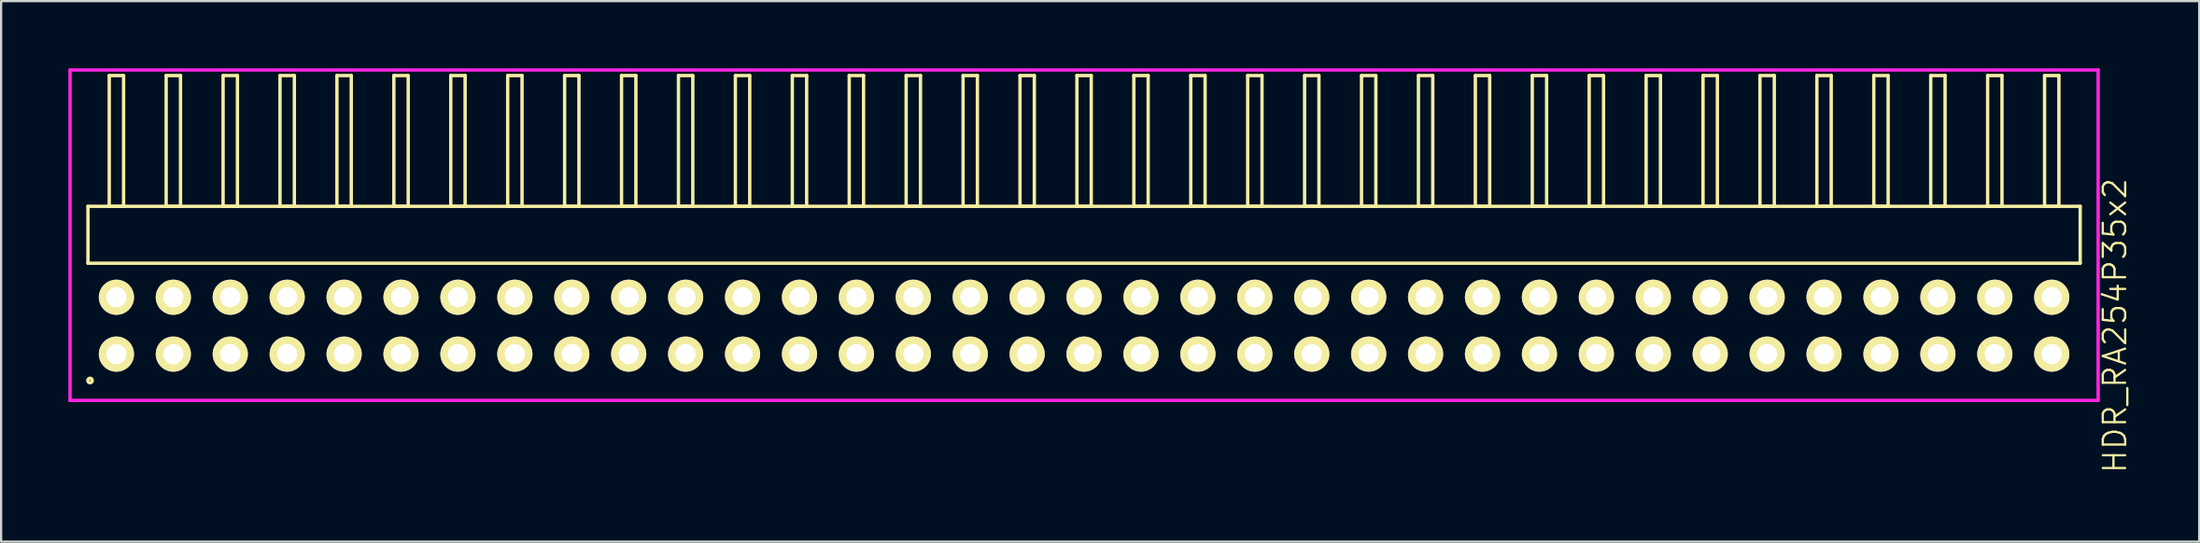
<source format=kicad_pcb>
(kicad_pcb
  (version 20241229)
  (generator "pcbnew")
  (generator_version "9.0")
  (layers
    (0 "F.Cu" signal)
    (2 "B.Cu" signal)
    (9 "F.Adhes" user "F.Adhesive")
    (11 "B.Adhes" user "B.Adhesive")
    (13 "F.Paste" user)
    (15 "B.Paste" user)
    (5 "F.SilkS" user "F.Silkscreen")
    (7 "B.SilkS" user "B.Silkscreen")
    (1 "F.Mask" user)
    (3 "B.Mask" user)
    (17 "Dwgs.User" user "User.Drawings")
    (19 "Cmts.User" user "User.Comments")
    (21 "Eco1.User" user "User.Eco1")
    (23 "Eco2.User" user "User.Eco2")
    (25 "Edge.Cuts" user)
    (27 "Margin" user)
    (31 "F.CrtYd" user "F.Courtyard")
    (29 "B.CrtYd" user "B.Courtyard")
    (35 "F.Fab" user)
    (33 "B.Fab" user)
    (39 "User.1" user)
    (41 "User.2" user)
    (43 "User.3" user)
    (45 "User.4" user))
  (footprint "HDR_RA254P35x2"
    (layer "F.Cu")
    (at 45.325 11.495)
    (property "Reference" "HDR_RA254P35x2" (at 46 0 90) (layer "F.SilkS") (effects (font (size 1 1) (thickness 0.1))))
    (attr through_hole)
    (fp_line (start -44.45 -5.33) (end -44.45 -2.79) (stroke (width 0.15) (type solid)) (layer "F.SilkS"))
    (fp_line (start -44.45 -2.79) (end 44.45 -2.79) (stroke (width 0.15) (type solid)) (layer "F.SilkS"))
    (fp_line (start -43.5 -11.17) (end -43.5 -5.33) (stroke (width 0.15) (type solid)) (layer "F.SilkS"))
    (fp_line (start -43.5 -5.33) (end -42.86 -5.33) (stroke (width 0.15) (type solid)) (layer "F.SilkS"))
    (fp_line (start -42.86 -11.17) (end -43.5 -11.17) (stroke (width 0.15) (type solid)) (layer "F.SilkS"))
    (fp_line (start -42.86 -5.33) (end -42.86 -11.17) (stroke (width 0.15) (type solid)) (layer "F.SilkS"))
    (fp_line (start -40.96 -11.17) (end -40.96 -5.33) (stroke (width 0.15) (type solid)) (layer "F.SilkS"))
    (fp_line (start -40.96 -5.33) (end -40.32 -5.33) (stroke (width 0.15) (type solid)) (layer "F.SilkS"))
    (fp_line (start -40.32 -11.17) (end -40.96 -11.17) (stroke (width 0.15) (type solid)) (layer "F.SilkS"))
    (fp_line (start -40.32 -5.33) (end -40.32 -11.17) (stroke (width 0.15) (type solid)) (layer "F.SilkS"))
    (fp_line (start -38.42 -11.17) (end -38.42 -5.33) (stroke (width 0.15) (type solid)) (layer "F.SilkS"))
    (fp_line (start -38.42 -5.33) (end -37.78 -5.33) (stroke (width 0.15) (type solid)) (layer "F.SilkS"))
    (fp_line (start -37.78 -11.17) (end -38.42 -11.17) (stroke (width 0.15) (type solid)) (layer "F.SilkS"))
    (fp_line (start -37.78 -5.33) (end -37.78 -11.17) (stroke (width 0.15) (type solid)) (layer "F.SilkS"))
    (fp_line (start -35.88 -11.17) (end -35.88 -5.33) (stroke (width 0.15) (type solid)) (layer "F.SilkS"))
    (fp_line (start -35.88 -5.33) (end -35.24 -5.33) (stroke (width 0.15) (type solid)) (layer "F.SilkS"))
    (fp_line (start -35.24 -11.17) (end -35.88 -11.17) (stroke (width 0.15) (type solid)) (layer "F.SilkS"))
    (fp_line (start -35.24 -5.33) (end -35.24 -11.17) (stroke (width 0.15) (type solid)) (layer "F.SilkS"))
    (fp_line (start -33.34 -11.17) (end -33.34 -5.33) (stroke (width 0.15) (type solid)) (layer "F.SilkS"))
    (fp_line (start -33.34 -5.33) (end -32.7 -5.33) (stroke (width 0.15) (type solid)) (layer "F.SilkS"))
    (fp_line (start -32.7 -11.17) (end -33.34 -11.17) (stroke (width 0.15) (type solid)) (layer "F.SilkS"))
    (fp_line (start -32.7 -5.33) (end -32.7 -11.17) (stroke (width 0.15) (type solid)) (layer "F.SilkS"))
    (fp_line (start -30.8 -11.17) (end -30.8 -5.33) (stroke (width 0.15) (type solid)) (layer "F.SilkS"))
    (fp_line (start -30.8 -5.33) (end -30.16 -5.33) (stroke (width 0.15) (type solid)) (layer "F.SilkS"))
    (fp_line (start -30.16 -11.17) (end -30.8 -11.17) (stroke (width 0.15) (type solid)) (layer "F.SilkS"))
    (fp_line (start -30.16 -5.33) (end -30.16 -11.17) (stroke (width 0.15) (type solid)) (layer "F.SilkS"))
    (fp_line (start -28.26 -11.17) (end -28.26 -5.33) (stroke (width 0.15) (type solid)) (layer "F.SilkS"))
    (fp_line (start -28.26 -5.33) (end -27.62 -5.33) (stroke (width 0.15) (type solid)) (layer "F.SilkS"))
    (fp_line (start -27.62 -11.17) (end -28.26 -11.17) (stroke (width 0.15) (type solid)) (layer "F.SilkS"))
    (fp_line (start -27.62 -5.33) (end -27.62 -11.17) (stroke (width 0.15) (type solid)) (layer "F.SilkS"))
    (fp_line (start -25.72 -11.17) (end -25.72 -5.33) (stroke (width 0.15) (type solid)) (layer "F.SilkS"))
    (fp_line (start -25.72 -5.33) (end -25.08 -5.33) (stroke (width 0.15) (type solid)) (layer "F.SilkS"))
    (fp_line (start -25.08 -11.17) (end -25.72 -11.17) (stroke (width 0.15) (type solid)) (layer "F.SilkS"))
    (fp_line (start -25.08 -5.33) (end -25.08 -11.17) (stroke (width 0.15) (type solid)) (layer "F.SilkS"))
    (fp_line (start -23.18 -11.17) (end -23.18 -5.33) (stroke (width 0.15) (type solid)) (layer "F.SilkS"))
    (fp_line (start -23.18 -5.33) (end -22.54 -5.33) (stroke (width 0.15) (type solid)) (layer "F.SilkS"))
    (fp_line (start -22.54 -11.17) (end -23.18 -11.17) (stroke (width 0.15) (type solid)) (layer "F.SilkS"))
    (fp_line (start -22.54 -5.33) (end -22.54 -11.17) (stroke (width 0.15) (type solid)) (layer "F.SilkS"))
    (fp_line (start -20.64 -11.17) (end -20.64 -5.33) (stroke (width 0.15) (type solid)) (layer "F.SilkS"))
    (fp_line (start -20.64 -5.33) (end -20 -5.33) (stroke (width 0.15) (type solid)) (layer "F.SilkS"))
    (fp_line (start -20 -11.17) (end -20.64 -11.17) (stroke (width 0.15) (type solid)) (layer "F.SilkS"))
    (fp_line (start -20 -5.33) (end -20 -11.17) (stroke (width 0.15) (type solid)) (layer "F.SilkS"))
    (fp_line (start -18.1 -11.17) (end -18.1 -5.33) (stroke (width 0.15) (type solid)) (layer "F.SilkS"))
    (fp_line (start -18.1 -5.33) (end -17.46 -5.33) (stroke (width 0.15) (type solid)) (layer "F.SilkS"))
    (fp_line (start -17.46 -11.17) (end -18.1 -11.17) (stroke (width 0.15) (type solid)) (layer "F.SilkS"))
    (fp_line (start -17.46 -5.33) (end -17.46 -11.17) (stroke (width 0.15) (type solid)) (layer "F.SilkS"))
    (fp_line (start -15.56 -11.17) (end -15.56 -5.33) (stroke (width 0.15) (type solid)) (layer "F.SilkS"))
    (fp_line (start -15.56 -5.33) (end -14.92 -5.33) (stroke (width 0.15) (type solid)) (layer "F.SilkS"))
    (fp_line (start -14.92 -11.17) (end -15.56 -11.17) (stroke (width 0.15) (type solid)) (layer "F.SilkS"))
    (fp_line (start -14.92 -5.33) (end -14.92 -11.17) (stroke (width 0.15) (type solid)) (layer "F.SilkS"))
    (fp_line (start -13.02 -11.17) (end -13.02 -5.33) (stroke (width 0.15) (type solid)) (layer "F.SilkS"))
    (fp_line (start -13.02 -5.33) (end -12.38 -5.33) (stroke (width 0.15) (type solid)) (layer "F.SilkS"))
    (fp_line (start -12.38 -11.17) (end -13.02 -11.17) (stroke (width 0.15) (type solid)) (layer "F.SilkS"))
    (fp_line (start -12.38 -5.33) (end -12.38 -11.17) (stroke (width 0.15) (type solid)) (layer "F.SilkS"))
    (fp_line (start -10.48 -11.17) (end -10.48 -5.33) (stroke (width 0.15) (type solid)) (layer "F.SilkS"))
    (fp_line (start -10.48 -5.33) (end -9.84 -5.33) (stroke (width 0.15) (type solid)) (layer "F.SilkS"))
    (fp_line (start -9.84 -11.17) (end -10.48 -11.17) (stroke (width 0.15) (type solid)) (layer "F.SilkS"))
    (fp_line (start -9.84 -5.33) (end -9.84 -11.17) (stroke (width 0.15) (type solid)) (layer "F.SilkS"))
    (fp_line (start -7.94 -11.17) (end -7.94 -5.33) (stroke (width 0.15) (type solid)) (layer "F.SilkS"))
    (fp_line (start -7.94 -5.33) (end -7.3 -5.33) (stroke (width 0.15) (type solid)) (layer "F.SilkS"))
    (fp_line (start -7.3 -11.17) (end -7.94 -11.17) (stroke (width 0.15) (type solid)) (layer "F.SilkS"))
    (fp_line (start -7.3 -5.33) (end -7.3 -11.17) (stroke (width 0.15) (type solid)) (layer "F.SilkS"))
    (fp_line (start -5.4 -11.17) (end -5.4 -5.33) (stroke (width 0.15) (type solid)) (layer "F.SilkS"))
    (fp_line (start -5.4 -5.33) (end -4.76 -5.33) (stroke (width 0.15) (type solid)) (layer "F.SilkS"))
    (fp_line (start -4.76 -11.17) (end -5.4 -11.17) (stroke (width 0.15) (type solid)) (layer "F.SilkS"))
    (fp_line (start -4.76 -5.33) (end -4.76 -11.17) (stroke (width 0.15) (type solid)) (layer "F.SilkS"))
    (fp_line (start -2.86 -11.17) (end -2.86 -5.33) (stroke (width 0.15) (type solid)) (layer "F.SilkS"))
    (fp_line (start -2.86 -5.33) (end -2.22 -5.33) (stroke (width 0.15) (type solid)) (layer "F.SilkS"))
    (fp_line (start -2.22 -11.17) (end -2.86 -11.17) (stroke (width 0.15) (type solid)) (layer "F.SilkS"))
    (fp_line (start -2.22 -5.33) (end -2.22 -11.17) (stroke (width 0.15) (type solid)) (layer "F.SilkS"))
    (fp_line (start -0.32 -11.17) (end -0.32 -5.33) (stroke (width 0.15) (type solid)) (layer "F.SilkS"))
    (fp_line (start -0.32 -5.33) (end 0.32 -5.33) (stroke (width 0.15) (type solid)) (layer "F.SilkS"))
    (fp_line (start 0.32 -11.17) (end -0.32 -11.17) (stroke (width 0.15) (type solid)) (layer "F.SilkS"))
    (fp_line (start 0.32 -5.33) (end 0.32 -11.17) (stroke (width 0.15) (type solid)) (layer "F.SilkS"))
    (fp_line (start 2.22 -11.17) (end 2.22 -5.33) (stroke (width 0.15) (type solid)) (layer "F.SilkS"))
    (fp_line (start 2.22 -5.33) (end 2.86 -5.33) (stroke (width 0.15) (type solid)) (layer "F.SilkS"))
    (fp_line (start 2.86 -11.17) (end 2.22 -11.17) (stroke (width 0.15) (type solid)) (layer "F.SilkS"))
    (fp_line (start 2.86 -5.33) (end 2.86 -11.17) (stroke (width 0.15) (type solid)) (layer "F.SilkS"))
    (fp_line (start 4.76 -11.17) (end 4.76 -5.33) (stroke (width 0.15) (type solid)) (layer "F.SilkS"))
    (fp_line (start 4.76 -5.33) (end 5.4 -5.33) (stroke (width 0.15) (type solid)) (layer "F.SilkS"))
    (fp_line (start 5.4 -11.17) (end 4.76 -11.17) (stroke (width 0.15) (type solid)) (layer "F.SilkS"))
    (fp_line (start 5.4 -5.33) (end 5.4 -11.17) (stroke (width 0.15) (type solid)) (layer "F.SilkS"))
    (fp_line (start 7.3 -11.17) (end 7.3 -5.33) (stroke (width 0.15) (type solid)) (layer "F.SilkS"))
    (fp_line (start 7.3 -5.33) (end 7.94 -5.33) (stroke (width 0.15) (type solid)) (layer "F.SilkS"))
    (fp_line (start 7.94 -11.17) (end 7.3 -11.17) (stroke (width 0.15) (type solid)) (layer "F.SilkS"))
    (fp_line (start 7.94 -5.33) (end 7.94 -11.17) (stroke (width 0.15) (type solid)) (layer "F.SilkS"))
    (fp_line (start 9.84 -11.17) (end 9.84 -5.33) (stroke (width 0.15) (type solid)) (layer "F.SilkS"))
    (fp_line (start 9.84 -5.33) (end 10.48 -5.33) (stroke (width 0.15) (type solid)) (layer "F.SilkS"))
    (fp_line (start 10.48 -11.17) (end 9.84 -11.17) (stroke (width 0.15) (type solid)) (layer "F.SilkS"))
    (fp_line (start 10.48 -5.33) (end 10.48 -11.17) (stroke (width 0.15) (type solid)) (layer "F.SilkS"))
    (fp_line (start 12.38 -11.17) (end 12.38 -5.33) (stroke (width 0.15) (type solid)) (layer "F.SilkS"))
    (fp_line (start 12.38 -5.33) (end 13.02 -5.33) (stroke (width 0.15) (type solid)) (layer "F.SilkS"))
    (fp_line (start 13.02 -11.17) (end 12.38 -11.17) (stroke (width 0.15) (type solid)) (layer "F.SilkS"))
    (fp_line (start 13.02 -5.33) (end 13.02 -11.17) (stroke (width 0.15) (type solid)) (layer "F.SilkS"))
    (fp_line (start 14.92 -11.17) (end 14.92 -5.33) (stroke (width 0.15) (type solid)) (layer "F.SilkS"))
    (fp_line (start 14.92 -5.33) (end 15.56 -5.33) (stroke (width 0.15) (type solid)) (layer "F.SilkS"))
    (fp_line (start 15.56 -11.17) (end 14.92 -11.17) (stroke (width 0.15) (type solid)) (layer "F.SilkS"))
    (fp_line (start 15.56 -5.33) (end 15.56 -11.17) (stroke (width 0.15) (type solid)) (layer "F.SilkS"))
    (fp_line (start 17.46 -11.17) (end 17.46 -5.33) (stroke (width 0.15) (type solid)) (layer "F.SilkS"))
    (fp_line (start 17.46 -5.33) (end 18.1 -5.33) (stroke (width 0.15) (type solid)) (layer "F.SilkS"))
    (fp_line (start 18.1 -11.17) (end 17.46 -11.17) (stroke (width 0.15) (type solid)) (layer "F.SilkS"))
    (fp_line (start 18.1 -5.33) (end 18.1 -11.17) (stroke (width 0.15) (type solid)) (layer "F.SilkS"))
    (fp_line (start 20 -11.17) (end 20 -5.33) (stroke (width 0.15) (type solid)) (layer "F.SilkS"))
    (fp_line (start 20 -5.33) (end 20.64 -5.33) (stroke (width 0.15) (type solid)) (layer "F.SilkS"))
    (fp_line (start 20.64 -11.17) (end 20 -11.17) (stroke (width 0.15) (type solid)) (layer "F.SilkS"))
    (fp_line (start 20.64 -5.33) (end 20.64 -11.17) (stroke (width 0.15) (type solid)) (layer "F.SilkS"))
    (fp_line (start 22.54 -11.17) (end 22.54 -5.33) (stroke (width 0.15) (type solid)) (layer "F.SilkS"))
    (fp_line (start 22.54 -5.33) (end 23.18 -5.33) (stroke (width 0.15) (type solid)) (layer "F.SilkS"))
    (fp_line (start 23.18 -11.17) (end 22.54 -11.17) (stroke (width 0.15) (type solid)) (layer "F.SilkS"))
    (fp_line (start 23.18 -5.33) (end 23.18 -11.17) (stroke (width 0.15) (type solid)) (layer "F.SilkS"))
    (fp_line (start 25.08 -11.17) (end 25.08 -5.33) (stroke (width 0.15) (type solid)) (layer "F.SilkS"))
    (fp_line (start 25.08 -5.33) (end 25.72 -5.33) (stroke (width 0.15) (type solid)) (layer "F.SilkS"))
    (fp_line (start 25.72 -11.17) (end 25.08 -11.17) (stroke (width 0.15) (type solid)) (layer "F.SilkS"))
    (fp_line (start 25.72 -5.33) (end 25.72 -11.17) (stroke (width 0.15) (type solid)) (layer "F.SilkS"))
    (fp_line (start 27.62 -11.17) (end 27.62 -5.33) (stroke (width 0.15) (type solid)) (layer "F.SilkS"))
    (fp_line (start 27.62 -5.33) (end 28.26 -5.33) (stroke (width 0.15) (type solid)) (layer "F.SilkS"))
    (fp_line (start 28.26 -11.17) (end 27.62 -11.17) (stroke (width 0.15) (type solid)) (layer "F.SilkS"))
    (fp_line (start 28.26 -5.33) (end 28.26 -11.17) (stroke (width 0.15) (type solid)) (layer "F.SilkS"))
    (fp_line (start 30.16 -11.17) (end 30.16 -5.33) (stroke (width 0.15) (type solid)) (layer "F.SilkS"))
    (fp_line (start 30.16 -5.33) (end 30.8 -5.33) (stroke (width 0.15) (type solid)) (layer "F.SilkS"))
    (fp_line (start 30.8 -11.17) (end 30.16 -11.17) (stroke (width 0.15) (type solid)) (layer "F.SilkS"))
    (fp_line (start 30.8 -5.33) (end 30.8 -11.17) (stroke (width 0.15) (type solid)) (layer "F.SilkS"))
    (fp_line (start 32.7 -11.17) (end 32.7 -5.33) (stroke (width 0.15) (type solid)) (layer "F.SilkS"))
    (fp_line (start 32.7 -5.33) (end 33.34 -5.33) (stroke (width 0.15) (type solid)) (layer "F.SilkS"))
    (fp_line (start 33.34 -11.17) (end 32.7 -11.17) (stroke (width 0.15) (type solid)) (layer "F.SilkS"))
    (fp_line (start 33.34 -5.33) (end 33.34 -11.17) (stroke (width 0.15) (type solid)) (layer "F.SilkS"))
    (fp_line (start 35.24 -11.17) (end 35.24 -5.33) (stroke (width 0.15) (type solid)) (layer "F.SilkS"))
    (fp_line (start 35.24 -5.33) (end 35.88 -5.33) (stroke (width 0.15) (type solid)) (layer "F.SilkS"))
    (fp_line (start 35.88 -11.17) (end 35.24 -11.17) (stroke (width 0.15) (type solid)) (layer "F.SilkS"))
    (fp_line (start 35.88 -5.33) (end 35.88 -11.17) (stroke (width 0.15) (type solid)) (layer "F.SilkS"))
    (fp_line (start 37.78 -11.17) (end 37.78 -5.33) (stroke (width 0.15) (type solid)) (layer "F.SilkS"))
    (fp_line (start 37.78 -5.33) (end 38.42 -5.33) (stroke (width 0.15) (type solid)) (layer "F.SilkS"))
    (fp_line (start 38.42 -11.17) (end 37.78 -11.17) (stroke (width 0.15) (type solid)) (layer "F.SilkS"))
    (fp_line (start 38.42 -5.33) (end 38.42 -11.17) (stroke (width 0.15) (type solid)) (layer "F.SilkS"))
    (fp_line (start 40.32 -11.17) (end 40.32 -5.33) (stroke (width 0.15) (type solid)) (layer "F.SilkS"))
    (fp_line (start 40.32 -5.33) (end 40.96 -5.33) (stroke (width 0.15) (type solid)) (layer "F.SilkS"))
    (fp_line (start 40.96 -11.17) (end 40.32 -11.17) (stroke (width 0.15) (type solid)) (layer "F.SilkS"))
    (fp_line (start 40.96 -5.33) (end 40.96 -11.17) (stroke (width 0.15) (type solid)) (layer "F.SilkS"))
    (fp_line (start 42.86 -11.17) (end 42.86 -5.33) (stroke (width 0.15) (type solid)) (layer "F.SilkS"))
    (fp_line (start 42.86 -5.33) (end 43.5 -5.33) (stroke (width 0.15) (type solid)) (layer "F.SilkS"))
    (fp_line (start 43.5 -11.17) (end 42.86 -11.17) (stroke (width 0.15) (type solid)) (layer "F.SilkS"))
    (fp_line (start 43.5 -5.33) (end 43.5 -11.17) (stroke (width 0.15) (type solid)) (layer "F.SilkS"))
    (fp_line (start 44.45 -5.33) (end -44.45 -5.33) (stroke (width 0.15) (type solid)) (layer "F.SilkS"))
    (fp_line (start 44.45 -2.79) (end 44.45 -5.33) (stroke (width 0.15) (type solid)) (layer "F.SilkS"))
    (fp_circle (center -44.357 2.448) (end -44.257 2.448) (stroke (width 0.15) (type solid)) (fill no) (layer "F.SilkS"))
    (fp_line (start -45.25 -11.42) (end -45.25 3.34) (stroke (width 0.15) (type solid)) (layer "F.CrtYd"))
    (fp_line (start -45.25 3.34) (end 45.25 3.34) (stroke (width 0.15) (type solid)) (layer "F.CrtYd"))
    (fp_line (start 45.25 -11.42) (end -45.25 -11.42) (stroke (width 0.15) (type solid)) (layer "F.CrtYd"))
    (fp_line (start 45.25 3.34) (end 45.25 -11.42) (stroke (width 0.15) (type solid)) (layer "F.CrtYd"))
    (pad "1" thru_hole oval (at -43.18 1.27) (size 1.57 1.57) (drill 0.9) (layers "*.Cu" "*.Mask" "F.SilkS"))
    (pad "2" thru_hole oval (at -43.18 -1.27) (size 1.57 1.57) (drill 0.9) (layers "*.Cu" "*.Mask" "F.SilkS"))
    (pad "3" thru_hole oval (at -40.64 1.27) (size 1.57 1.57) (drill 0.9) (layers "*.Cu" "*.Mask" "F.SilkS"))
    (pad "4" thru_hole oval (at -40.64 -1.27) (size 1.57 1.57) (drill 0.9) (layers "*.Cu" "*.Mask" "F.SilkS"))
    (pad "5" thru_hole oval (at -38.1 1.27) (size 1.57 1.57) (drill 0.9) (layers "*.Cu" "*.Mask" "F.SilkS"))
    (pad "6" thru_hole oval (at -38.1 -1.27) (size 1.57 1.57) (drill 0.9) (layers "*.Cu" "*.Mask" "F.SilkS"))
    (pad "7" thru_hole oval (at -35.56 1.27) (size 1.57 1.57) (drill 0.9) (layers "*.Cu" "*.Mask" "F.SilkS"))
    (pad "8" thru_hole oval (at -35.56 -1.27) (size 1.57 1.57) (drill 0.9) (layers "*.Cu" "*.Mask" "F.SilkS"))
    (pad "9" thru_hole oval (at -33.02 1.27) (size 1.57 1.57) (drill 0.9) (layers "*.Cu" "*.Mask" "F.SilkS"))
    (pad "10" thru_hole oval (at -33.02 -1.27) (size 1.57 1.57) (drill 0.9) (layers "*.Cu" "*.Mask" "F.SilkS"))
    (pad "11" thru_hole oval (at -30.48 1.27) (size 1.57 1.57) (drill 0.9) (layers "*.Cu" "*.Mask" "F.SilkS"))
    (pad "12" thru_hole oval (at -30.48 -1.27) (size 1.57 1.57) (drill 0.9) (layers "*.Cu" "*.Mask" "F.SilkS"))
    (pad "13" thru_hole oval (at -27.94 1.27) (size 1.57 1.57) (drill 0.9) (layers "*.Cu" "*.Mask" "F.SilkS"))
    (pad "14" thru_hole oval (at -27.94 -1.27) (size 1.57 1.57) (drill 0.9) (layers "*.Cu" "*.Mask" "F.SilkS"))
    (pad "15" thru_hole oval (at -25.4 1.27) (size 1.57 1.57) (drill 0.9) (layers "*.Cu" "*.Mask" "F.SilkS"))
    (pad "16" thru_hole oval (at -25.4 -1.27) (size 1.57 1.57) (drill 0.9) (layers "*.Cu" "*.Mask" "F.SilkS"))
    (pad "17" thru_hole oval (at -22.86 1.27) (size 1.57 1.57) (drill 0.9) (layers "*.Cu" "*.Mask" "F.SilkS"))
    (pad "18" thru_hole oval (at -22.86 -1.27) (size 1.57 1.57) (drill 0.9) (layers "*.Cu" "*.Mask" "F.SilkS"))
    (pad "19" thru_hole oval (at -20.32 1.27) (size 1.57 1.57) (drill 0.9) (layers "*.Cu" "*.Mask" "F.SilkS"))
    (pad "20" thru_hole oval (at -20.32 -1.27) (size 1.57 1.57) (drill 0.9) (layers "*.Cu" "*.Mask" "F.SilkS"))
    (pad "21" thru_hole oval (at -17.78 1.27) (size 1.57 1.57) (drill 0.9) (layers "*.Cu" "*.Mask" "F.SilkS"))
    (pad "22" thru_hole oval (at -17.78 -1.27) (size 1.57 1.57) (drill 0.9) (layers "*.Cu" "*.Mask" "F.SilkS"))
    (pad "23" thru_hole oval (at -15.24 1.27) (size 1.57 1.57) (drill 0.9) (layers "*.Cu" "*.Mask" "F.SilkS"))
    (pad "24" thru_hole oval (at -15.24 -1.27) (size 1.57 1.57) (drill 0.9) (layers "*.Cu" "*.Mask" "F.SilkS"))
    (pad "25" thru_hole oval (at -12.7 1.27) (size 1.57 1.57) (drill 0.9) (layers "*.Cu" "*.Mask" "F.SilkS"))
    (pad "26" thru_hole oval (at -12.7 -1.27) (size 1.57 1.57) (drill 0.9) (layers "*.Cu" "*.Mask" "F.SilkS"))
    (pad "27" thru_hole oval (at -10.16 1.27) (size 1.57 1.57) (drill 0.9) (layers "*.Cu" "*.Mask" "F.SilkS"))
    (pad "28" thru_hole oval (at -10.16 -1.27) (size 1.57 1.57) (drill 0.9) (layers "*.Cu" "*.Mask" "F.SilkS"))
    (pad "29" thru_hole oval (at -7.62 1.27) (size 1.57 1.57) (drill 0.9) (layers "*.Cu" "*.Mask" "F.SilkS"))
    (pad "30" thru_hole oval (at -7.62 -1.27) (size 1.57 1.57) (drill 0.9) (layers "*.Cu" "*.Mask" "F.SilkS"))
    (pad "31" thru_hole oval (at -5.08 1.27) (size 1.57 1.57) (drill 0.9) (layers "*.Cu" "*.Mask" "F.SilkS"))
    (pad "32" thru_hole oval (at -5.08 -1.27) (size 1.57 1.57) (drill 0.9) (layers "*.Cu" "*.Mask" "F.SilkS"))
    (pad "33" thru_hole oval (at -2.54 1.27) (size 1.57 1.57) (drill 0.9) (layers "*.Cu" "*.Mask" "F.SilkS"))
    (pad "34" thru_hole oval (at -2.54 -1.27) (size 1.57 1.57) (drill 0.9) (layers "*.Cu" "*.Mask" "F.SilkS"))
    (pad "35" thru_hole oval (at 0 1.27) (size 1.57 1.57) (drill 0.9) (layers "*.Cu" "*.Mask" "F.SilkS"))
    (pad "36" thru_hole oval (at 0 -1.27) (size 1.57 1.57) (drill 0.9) (layers "*.Cu" "*.Mask" "F.SilkS"))
    (pad "37" thru_hole oval (at 2.54 1.27) (size 1.57 1.57) (drill 0.9) (layers "*.Cu" "*.Mask" "F.SilkS"))
    (pad "38" thru_hole oval (at 2.54 -1.27) (size 1.57 1.57) (drill 0.9) (layers "*.Cu" "*.Mask" "F.SilkS"))
    (pad "39" thru_hole oval (at 5.08 1.27) (size 1.57 1.57) (drill 0.9) (layers "*.Cu" "*.Mask" "F.SilkS"))
    (pad "40" thru_hole oval (at 5.08 -1.27) (size 1.57 1.57) (drill 0.9) (layers "*.Cu" "*.Mask" "F.SilkS"))
    (pad "41" thru_hole oval (at 7.62 1.27) (size 1.57 1.57) (drill 0.9) (layers "*.Cu" "*.Mask" "F.SilkS"))
    (pad "42" thru_hole oval (at 7.62 -1.27) (size 1.57 1.57) (drill 0.9) (layers "*.Cu" "*.Mask" "F.SilkS"))
    (pad "43" thru_hole oval (at 10.16 1.27) (size 1.57 1.57) (drill 0.9) (layers "*.Cu" "*.Mask" "F.SilkS"))
    (pad "44" thru_hole oval (at 10.16 -1.27) (size 1.57 1.57) (drill 0.9) (layers "*.Cu" "*.Mask" "F.SilkS"))
    (pad "45" thru_hole oval (at 12.7 1.27) (size 1.57 1.57) (drill 0.9) (layers "*.Cu" "*.Mask" "F.SilkS"))
    (pad "46" thru_hole oval (at 12.7 -1.27) (size 1.57 1.57) (drill 0.9) (layers "*.Cu" "*.Mask" "F.SilkS"))
    (pad "47" thru_hole oval (at 15.24 1.27) (size 1.57 1.57) (drill 0.9) (layers "*.Cu" "*.Mask" "F.SilkS"))
    (pad "48" thru_hole oval (at 15.24 -1.27) (size 1.57 1.57) (drill 0.9) (layers "*.Cu" "*.Mask" "F.SilkS"))
    (pad "49" thru_hole oval (at 17.78 1.27) (size 1.57 1.57) (drill 0.9) (layers "*.Cu" "*.Mask" "F.SilkS"))
    (pad "50" thru_hole oval (at 17.78 -1.27) (size 1.57 1.57) (drill 0.9) (layers "*.Cu" "*.Mask" "F.SilkS"))
    (pad "51" thru_hole oval (at 20.32 1.27) (size 1.57 1.57) (drill 0.9) (layers "*.Cu" "*.Mask" "F.SilkS"))
    (pad "52" thru_hole oval (at 20.32 -1.27) (size 1.57 1.57) (drill 0.9) (layers "*.Cu" "*.Mask" "F.SilkS"))
    (pad "53" thru_hole oval (at 22.86 1.27) (size 1.57 1.57) (drill 0.9) (layers "*.Cu" "*.Mask" "F.SilkS"))
    (pad "54" thru_hole oval (at 22.86 -1.27) (size 1.57 1.57) (drill 0.9) (layers "*.Cu" "*.Mask" "F.SilkS"))
    (pad "55" thru_hole oval (at 25.4 1.27) (size 1.57 1.57) (drill 0.9) (layers "*.Cu" "*.Mask" "F.SilkS"))
    (pad "56" thru_hole oval (at 25.4 -1.27) (size 1.57 1.57) (drill 0.9) (layers "*.Cu" "*.Mask" "F.SilkS"))
    (pad "57" thru_hole oval (at 27.94 1.27) (size 1.57 1.57) (drill 0.9) (layers "*.Cu" "*.Mask" "F.SilkS"))
    (pad "58" thru_hole oval (at 27.94 -1.27) (size 1.57 1.57) (drill 0.9) (layers "*.Cu" "*.Mask" "F.SilkS"))
    (pad "59" thru_hole oval (at 30.48 1.27) (size 1.57 1.57) (drill 0.9) (layers "*.Cu" "*.Mask" "F.SilkS"))
    (pad "60" thru_hole oval (at 30.48 -1.27) (size 1.57 1.57) (drill 0.9) (layers "*.Cu" "*.Mask" "F.SilkS"))
    (pad "61" thru_hole oval (at 33.02 1.27) (size 1.57 1.57) (drill 0.9) (layers "*.Cu" "*.Mask" "F.SilkS"))
    (pad "62" thru_hole oval (at 33.02 -1.27) (size 1.57 1.57) (drill 0.9) (layers "*.Cu" "*.Mask" "F.SilkS"))
    (pad "63" thru_hole oval (at 35.56 1.27) (size 1.57 1.57) (drill 0.9) (layers "*.Cu" "*.Mask" "F.SilkS"))
    (pad "64" thru_hole oval (at 35.56 -1.27) (size 1.57 1.57) (drill 0.9) (layers "*.Cu" "*.Mask" "F.SilkS"))
    (pad "65" thru_hole oval (at 38.1 1.27) (size 1.57 1.57) (drill 0.9) (layers "*.Cu" "*.Mask" "F.SilkS"))
    (pad "66" thru_hole oval (at 38.1 -1.27) (size 1.57 1.57) (drill 0.9) (layers "*.Cu" "*.Mask" "F.SilkS"))
    (pad "67" thru_hole oval (at 40.64 1.27) (size 1.57 1.57) (drill 0.9) (layers "*.Cu" "*.Mask" "F.SilkS"))
    (pad "68" thru_hole oval (at 40.64 -1.27) (size 1.57 1.57) (drill 0.9) (layers "*.Cu" "*.Mask" "F.SilkS"))
    (pad "69" thru_hole oval (at 43.18 1.27) (size 1.57 1.57) (drill 0.9) (layers "*.Cu" "*.Mask" "F.SilkS"))
    (pad "70" thru_hole oval (at 43.18 -1.27) (size 1.57 1.57) (drill 0.9) (layers "*.Cu" "*.Mask" "F.SilkS")))
  (gr_rect
    (start -3 -3)
    (end 95.085 21.14)
    (stroke (width 0.1) (type default))
    (fill no)
    (layer "Edge.Cuts")))
</source>
